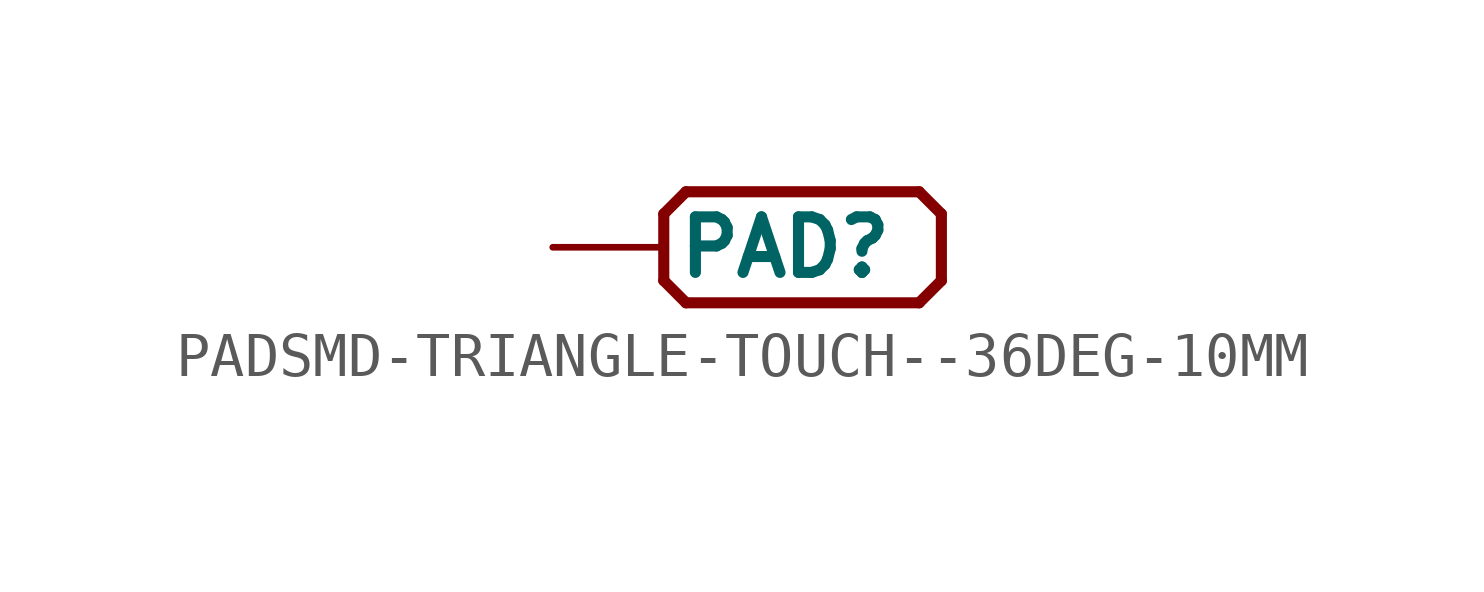
<source format=kicad_sym>
(kicad_symbol_lib
  (version 20211014)
  (generator kicad_symbol_editor)
  (symbol "PADSMD-TRIANGLE-TOUCH--36DEG-10MM"
    (property "Reference" "PAD"
      (at -2.286 0 0)
      (effects (font (size 1.27 1.27) bold) (justify left)))
    (property "ki_locked" ""
      (at 0 0 0)
      (effects (font (size 1.27 1.27))))
    (symbol "PADSMD-TRIANGLE-TOUCH--36DEG-10MM_1_0"
      (polyline (pts (xy -2.54 -0.762) (xy -2.54 0.762)) (stroke (width 0.254) (type default) (color 0 0 0 0)) (fill (type none)))
      (polyline (pts (xy -2.54 0.762) (xy -2.032 1.27)) (stroke (width 0.254) (type default) (color 0 0 0 0)) (fill (type none)))
      (polyline (pts (xy -2.032 -1.27) (xy -2.54 -0.762)) (stroke (width 0.254) (type default) (color 0 0 0 0)) (fill (type none)))
      (polyline (pts (xy -2.032 1.27) (xy 3.302 1.27)) (stroke (width 0.254) (type default) (color 0 0 0 0)) (fill (type none)))
      (polyline (pts (xy 3.302 -1.27) (xy -2.032 -1.27)) (stroke (width 0.254) (type default) (color 0 0 0 0)) (fill (type none)))
      (polyline (pts (xy 3.302 1.27) (xy 3.81 0.762)) (stroke (width 0.254) (type default) (color 0 0 0 0)) (fill (type none)))
      (polyline (pts (xy 3.81 -0.762) (xy 3.302 -1.27)) (stroke (width 0.254) (type default) (color 0 0 0 0)) (fill (type none)))
      (polyline (pts (xy 3.81 0.762) (xy 3.81 -0.762)) (stroke (width 0.254) (type default) (color 0 0 0 0)) (fill (type none)))
      (pin bidirectional line (at -5.08 0 0) (length 2.54) (name "PAD" (effects (font (size 0 0)))) (number "TP" (effects (font (size 0 0))))))))
</source>
